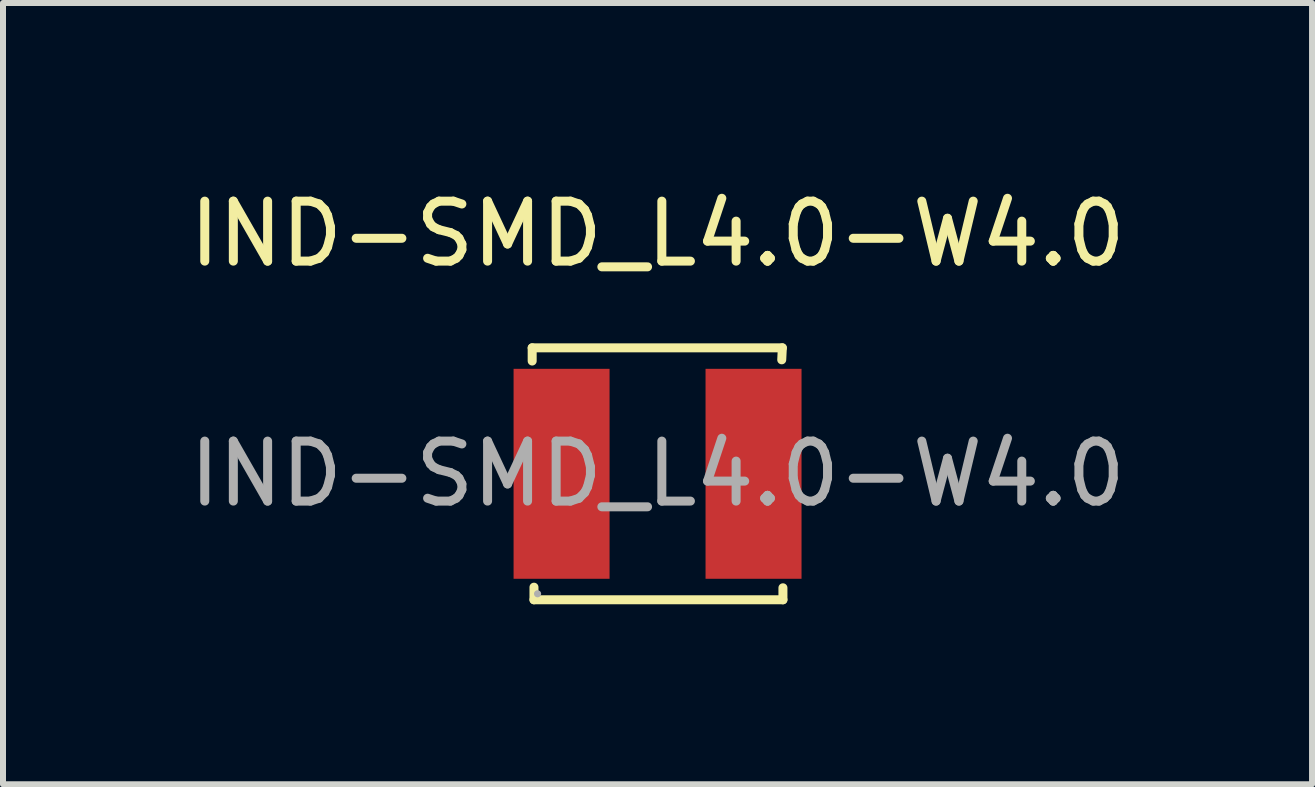
<source format=kicad_pcb>
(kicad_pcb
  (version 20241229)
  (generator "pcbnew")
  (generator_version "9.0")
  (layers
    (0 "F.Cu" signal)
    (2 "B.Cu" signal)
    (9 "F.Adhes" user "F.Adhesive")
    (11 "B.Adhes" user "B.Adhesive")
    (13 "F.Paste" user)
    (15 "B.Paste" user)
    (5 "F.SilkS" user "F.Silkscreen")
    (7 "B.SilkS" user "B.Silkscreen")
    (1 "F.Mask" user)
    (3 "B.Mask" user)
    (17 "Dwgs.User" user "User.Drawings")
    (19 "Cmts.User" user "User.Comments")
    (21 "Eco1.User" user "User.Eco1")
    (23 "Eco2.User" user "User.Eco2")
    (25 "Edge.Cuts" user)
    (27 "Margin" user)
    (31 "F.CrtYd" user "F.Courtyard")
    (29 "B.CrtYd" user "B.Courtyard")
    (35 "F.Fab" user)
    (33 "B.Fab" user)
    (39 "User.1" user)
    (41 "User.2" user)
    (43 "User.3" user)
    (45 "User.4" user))
  (footprint "IND-SMD_L4.0-W4.0"
    (layer "F.Cu")
    (at 7.911 4.848)
    (property "Reference" "IND-SMD_L4.0-W4.0" (at 0 -4 0) (layer "F.SilkS") (effects (font (size 1 1) (thickness 0.15))))
    (attr smd)
    (fp_line (start -2.09 -2.1) (end -2.09 -1.88) (stroke (width 0.15) (type solid)) (layer "F.SilkS"))
    (fp_line (start -2.06 1.89) (end -2.06 2.1) (stroke (width 0.15) (type solid)) (layer "F.SilkS"))
    (fp_line (start -2.06 2.1) (end 2.09 2.1) (stroke (width 0.15) (type solid)) (layer "F.SilkS"))
    (fp_line (start 2.07 -1.9) (end 2.08 -2.1) (stroke (width 0.15) (type solid)) (layer "F.SilkS"))
    (fp_line (start 2.08 -2.1) (end -2.09 -2.1) (stroke (width 0.15) (type solid)) (layer "F.SilkS"))
    (fp_line (start 2.09 2.1) (end 2.09 1.9) (stroke (width 0.15) (type solid)) (layer "F.SilkS"))
    (fp_circle (center -2 2) (end -1.97 2) (stroke (width 0.06) (type solid)) (fill no) (layer "F.Fab"))
    (fp_text user "${REFERENCE}" (at 0 0 0) (layer "F.Fab") (effects (font (size 1 1) (thickness 0.15))))
    (pad "1" smd rect (at -1.6 0) (size 1.6 3.5) (layers "F.Cu" "F.Mask" "F.Paste"))
    (pad "2" smd rect (at 1.6 0) (size 1.6 3.5) (layers "F.Cu" "F.Mask" "F.Paste")))
  (gr_rect
    (start -3 -3)
    (end 18.821 10.023)
    (stroke (width 0.1) (type default))
    (fill no)
    (layer "Edge.Cuts")))
</source>
